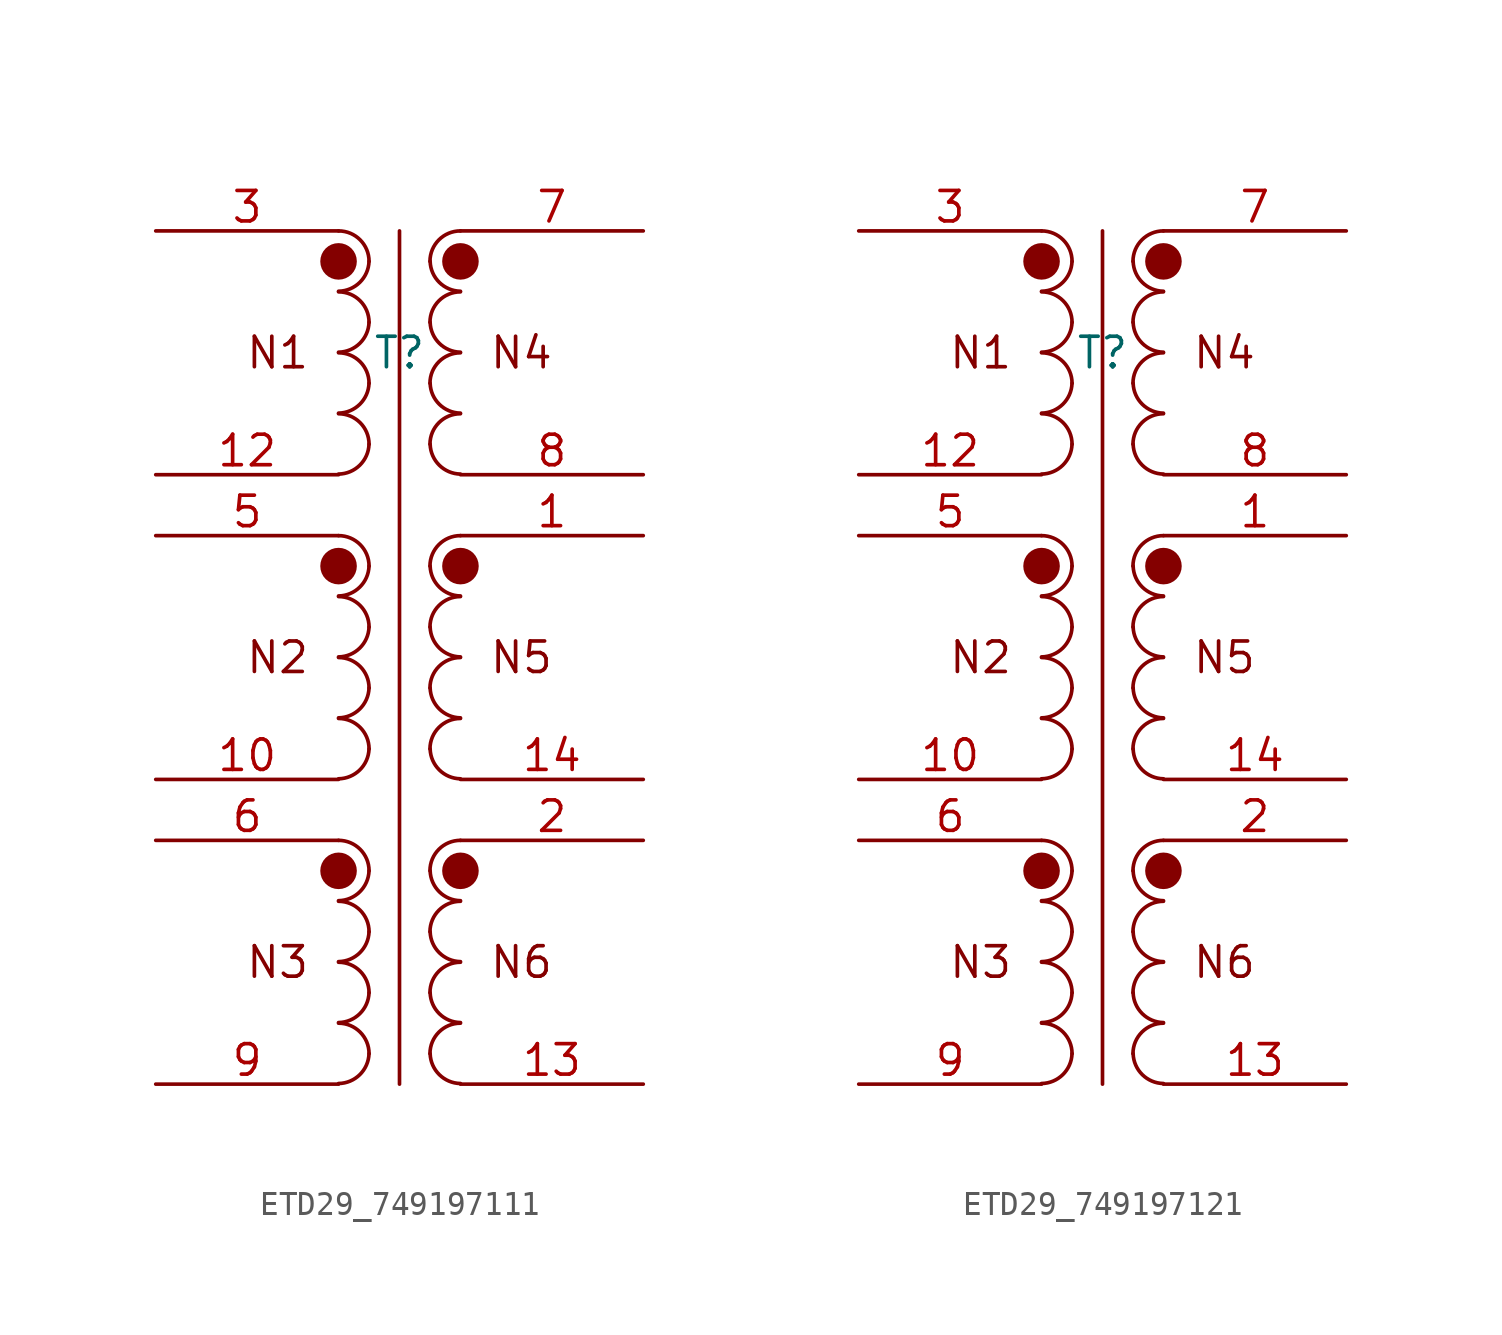
<source format=kicad_sym>
(kicad_symbol_lib
  (version 20220914)
  (generator kicad_symbol_editor)
  (symbol "ETD29_749197111"
    (pin_names hide)
    (property "Reference" "T"
      (at 0 12.7 0)
      (effects (font (size 1.27 1.27))))
    (property "Critical Parameter" ""
      (at 0 -5.08 0)
      (effects (font (size 1.27 1.27)) (justify left)))
    (symbol "ETD29_749197111_0_1"
      (arc (start -2.54 -17.7546) (mid -1.6561 -17.3863) (end -1.27 -16.51) (stroke (width 0) (type default)) (fill (type none)))
      (arc (start -2.54 -15.2146) (mid -1.6561 -14.8463) (end -1.27 -13.97) (stroke (width 0) (type default)) (fill (type none)))
      (arc (start -2.54 -12.6746) (mid -1.6561 -12.3063) (end -1.27 -11.43) (stroke (width 0) (type default)) (fill (type none)))
      (arc (start -2.54 -10.1346) (mid -1.6561 -9.7663) (end -1.27 -8.89) (stroke (width 0) (type default)) (fill (type none)))
      (arc (start -2.54 -5.0546) (mid -1.6561 -4.6863) (end -1.27 -3.81) (stroke (width 0) (type default)) (fill (type none)))
      (arc (start -2.54 -2.5146) (mid -1.6561 -2.1463) (end -1.27 -1.27) (stroke (width 0) (type default)) (fill (type none)))
      (arc (start -2.54 0.0254) (mid -1.6561 0.3937) (end -1.27 1.27) (stroke (width 0) (type default)) (fill (type none)))
      (arc (start -2.54 2.5654) (mid -1.6561 2.9337) (end -1.27 3.81) (stroke (width 0) (type default)) (fill (type none)))
      (arc (start -2.54 7.6454) (mid -1.6561 8.0137) (end -1.27 8.89) (stroke (width 0) (type default)) (fill (type none)))
      (arc (start -2.54 10.1854) (mid -1.6561 10.5537) (end -1.27 11.43) (stroke (width 0) (type default)) (fill (type none)))
      (arc (start -2.54 12.7254) (mid -1.6561 13.0937) (end -1.27 13.97) (stroke (width 0) (type default)) (fill (type none)))
      (arc (start -2.54 15.2654) (mid -1.6561 15.6337) (end -1.27 16.51) (stroke (width 0) (type default)) (fill (type none)))
      (arc (start -1.27 -16.51) (mid -1.642 -15.612) (end -2.54 -15.24) (stroke (width 0) (type default)) (fill (type none)))
      (arc (start -1.27 -13.97) (mid -1.642 -13.072) (end -2.54 -12.7) (stroke (width 0) (type default)) (fill (type none)))
      (arc (start -1.27 -11.43) (mid -1.642 -10.532) (end -2.54 -10.16) (stroke (width 0) (type default)) (fill (type none)))
      (arc (start -1.27 -8.89) (mid -1.642 -7.992) (end -2.54 -7.62) (stroke (width 0) (type default)) (fill (type none)))
      (arc (start -1.27 -3.81) (mid -1.642 -2.912) (end -2.54 -2.54) (stroke (width 0) (type default)) (fill (type none)))
      (arc (start -1.27 -1.27) (mid -1.642 -0.372) (end -2.54 0) (stroke (width 0) (type default)) (fill (type none)))
      (arc (start -1.27 1.27) (mid -1.642 2.168) (end -2.54 2.54) (stroke (width 0) (type default)) (fill (type none)))
      (arc (start -1.27 3.81) (mid -1.642 4.708) (end -2.54 5.08) (stroke (width 0) (type default)) (fill (type none)))
      (arc (start -1.27 8.89) (mid -1.642 9.788) (end -2.54 10.16) (stroke (width 0) (type default)) (fill (type none)))
      (arc (start -1.27 11.43) (mid -1.642 12.328) (end -2.54 12.7) (stroke (width 0) (type default)) (fill (type none)))
      (arc (start -1.27 13.97) (mid -1.642 14.868) (end -2.54 15.24) (stroke (width 0) (type default)) (fill (type none)))
      (arc (start -1.27 16.51) (mid -1.642 17.408) (end -2.54 17.78) (stroke (width 0) (type default)) (fill (type none)))
      (polyline (pts (xy 0 -17.78) (xy 0 17.78)) (stroke (width 0) (type default)) (fill (type none)))
      (arc (start 1.27 -16.51) (mid 1.6561 -17.3863) (end 2.54 -17.7546) (stroke (width 0) (type default)) (fill (type none)))
      (arc (start 1.27 -13.97) (mid 1.6561 -14.8463) (end 2.54 -15.2146) (stroke (width 0) (type default)) (fill (type none)))
      (arc (start 1.27 -11.43) (mid 1.6561 -12.3063) (end 2.54 -12.6746) (stroke (width 0) (type default)) (fill (type none)))
      (arc (start 1.27 -8.89) (mid 1.6561 -9.7663) (end 2.54 -10.1346) (stroke (width 0) (type default)) (fill (type none)))
      (arc (start 1.27 -3.81) (mid 1.6561 -4.6863) (end 2.54 -5.0546) (stroke (width 0) (type default)) (fill (type none)))
      (arc (start 1.27 -1.27) (mid 1.6561 -2.1463) (end 2.54 -2.5146) (stroke (width 0) (type default)) (fill (type none)))
      (arc (start 1.27 1.27) (mid 1.6561 0.3937) (end 2.54 0.0254) (stroke (width 0) (type default)) (fill (type none)))
      (arc (start 1.27 3.81) (mid 1.6561 2.9337) (end 2.54 2.5654) (stroke (width 0) (type default)) (fill (type none)))
      (arc (start 1.27 8.89) (mid 1.6561 8.0137) (end 2.54 7.6454) (stroke (width 0) (type default)) (fill (type none)))
      (arc (start 1.27 11.43) (mid 1.6561 10.5537) (end 2.54 10.1854) (stroke (width 0) (type default)) (fill (type none)))
      (arc (start 1.27 13.97) (mid 1.6561 13.0937) (end 2.54 12.7254) (stroke (width 0) (type default)) (fill (type none)))
      (arc (start 1.27 16.51) (mid 1.6561 15.6337) (end 2.54 15.2654) (stroke (width 0) (type default)) (fill (type none)))
      (arc (start 2.54 -15.24) (mid 1.642 -15.612) (end 1.27 -16.51) (stroke (width 0) (type default)) (fill (type none)))
      (arc (start 2.54 -12.7) (mid 1.642 -13.072) (end 1.27 -13.97) (stroke (width 0) (type default)) (fill (type none)))
      (arc (start 2.54 -10.16) (mid 1.642 -10.532) (end 1.27 -11.43) (stroke (width 0) (type default)) (fill (type none)))
      (arc (start 2.54 -7.62) (mid 1.642 -7.992) (end 1.27 -8.89) (stroke (width 0) (type default)) (fill (type none)))
      (arc (start 2.54 -2.54) (mid 1.642 -2.912) (end 1.27 -3.81) (stroke (width 0) (type default)) (fill (type none)))
      (arc (start 2.54 0) (mid 1.642 -0.372) (end 1.27 -1.27) (stroke (width 0) (type default)) (fill (type none)))
      (arc (start 2.54 2.54) (mid 1.642 2.168) (end 1.27 1.27) (stroke (width 0) (type default)) (fill (type none)))
      (arc (start 2.54 5.08) (mid 1.642 4.708) (end 1.27 3.81) (stroke (width 0) (type default)) (fill (type none)))
      (arc (start 2.54 10.16) (mid 1.642 9.788) (end 1.27 8.89) (stroke (width 0) (type default)) (fill (type none)))
      (arc (start 2.54 12.7) (mid 1.642 12.328) (end 1.27 11.43) (stroke (width 0) (type default)) (fill (type none)))
      (arc (start 2.54 15.24) (mid 1.642 14.868) (end 1.27 13.97) (stroke (width 0) (type default)) (fill (type none)))
      (arc (start 2.54 17.78) (mid 1.642 17.408) (end 1.27 16.51) (stroke (width 0) (type default)) (fill (type none))))
    (symbol "ETD29_749197111_1_1"
      (circle (center -2.54 -8.89) (radius 0.0001) (stroke (width 0.762) (type default)) (fill (type none)))
      (circle (center -2.54 3.81) (radius 0.0001) (stroke (width 0.762) (type default)) (fill (type none)))
      (circle (center -2.54 16.51) (radius 0.0001) (stroke (width 0.762) (type default)) (fill (type none)))
      (circle (center 2.54 -8.89) (radius 0.0001) (stroke (width 0.762) (type default)) (fill (type none)))
      (circle (center 2.54 3.81) (radius 0.0001) (stroke (width 0.762) (type default)) (fill (type none)))
      (circle (center 2.54 16.51) (radius 0.0001) (stroke (width 0.762) (type default)) (fill (type none)))
      (text "N1" (at -5.08 12.7 0) (effects (font (size 1.27 1.27))))
      (text "N2" (at -5.08 0 0) (effects (font (size 1.27 1.27))))
      (text "N3" (at -5.08 -12.7 0) (effects (font (size 1.27 1.27))))
      (text "N4" (at 5.08 12.7 0) (effects (font (size 1.27 1.27))))
      (text "N5" (at 5.08 0 0) (effects (font (size 1.27 1.27))))
      (text "N6" (at 5.08 -12.7 0) (effects (font (size 1.27 1.27))))
      (pin passive line (at -10.16 17.78 0) (length 7.62) (name "3" (effects (font (size 1.27 1.27)))) (number "3" (effects (font (size 1.27 1.27)))))
      (pin passive line (at -10.16 7.62 0) (length 7.62) (name "12" (effects (font (size 1.27 1.27)))) (number "12" (effects (font (size 1.27 1.27)))))
      (pin passive line (at -10.16 5.08 0) (length 7.62) (name "5" (effects (font (size 1.27 1.27)))) (number "5" (effects (font (size 1.27 1.27)))))
      (pin passive line (at -10.16 -5.08 0) (length 7.62) (name "10" (effects (font (size 1.27 1.27)))) (number "10" (effects (font (size 1.27 1.27)))))
      (pin passive line (at -10.16 -7.62 0) (length 7.62) (name "6" (effects (font (size 1.27 1.27)))) (number "6" (effects (font (size 1.27 1.27)))))
      (pin passive line (at -10.16 -17.78 0) (length 7.62) (name "9" (effects (font (size 1.27 1.27)))) (number "9" (effects (font (size 1.27 1.27)))))
      (pin passive line (at 10.16 -17.78 180) (length 7.62) (name "13" (effects (font (size 1.27 1.27)))) (number "13" (effects (font (size 1.27 1.27)))))
      (pin passive line (at 10.16 -7.62 180) (length 7.62) (name "2" (effects (font (size 1.27 1.27)))) (number "2" (effects (font (size 1.27 1.27)))))
      (pin passive line (at 10.16 -5.08 180) (length 7.62) (name "14" (effects (font (size 1.27 1.27)))) (number "14" (effects (font (size 1.27 1.27)))))
      (pin passive line (at 10.16 5.08 180) (length 7.62) (name "1" (effects (font (size 1.27 1.27)))) (number "1" (effects (font (size 1.27 1.27)))))
      (pin passive line (at 10.16 7.62 180) (length 7.62) (name "8" (effects (font (size 1.27 1.27)))) (number "8" (effects (font (size 1.27 1.27)))))
      (pin passive line (at 10.16 17.78 180) (length 7.62) (name "7" (effects (font (size 1.27 1.27)))) (number "7" (effects (font (size 1.27 1.27)))))))
  (symbol "ETD29_749197121"
    (pin_names hide)
    (property "Reference" "T"
      (at 0 12.7 0)
      (effects (font (size 1.27 1.27))))
    (property "Critical Parameter" ""
      (at 0 -5.08 0)
      (effects (font (size 1.27 1.27)) (justify left)))
    (symbol "ETD29_749197121_0_1"
      (arc (start -2.54 -17.7546) (mid -1.6561 -17.3863) (end -1.27 -16.51) (stroke (width 0) (type default)) (fill (type none)))
      (arc (start -2.54 -15.2146) (mid -1.6561 -14.8463) (end -1.27 -13.97) (stroke (width 0) (type default)) (fill (type none)))
      (arc (start -2.54 -12.6746) (mid -1.6561 -12.3063) (end -1.27 -11.43) (stroke (width 0) (type default)) (fill (type none)))
      (arc (start -2.54 -10.1346) (mid -1.6561 -9.7663) (end -1.27 -8.89) (stroke (width 0) (type default)) (fill (type none)))
      (arc (start -2.54 -5.0546) (mid -1.6561 -4.6863) (end -1.27 -3.81) (stroke (width 0) (type default)) (fill (type none)))
      (arc (start -2.54 -2.5146) (mid -1.6561 -2.1463) (end -1.27 -1.27) (stroke (width 0) (type default)) (fill (type none)))
      (arc (start -2.54 0.0254) (mid -1.6561 0.3937) (end -1.27 1.27) (stroke (width 0) (type default)) (fill (type none)))
      (arc (start -2.54 2.5654) (mid -1.6561 2.9337) (end -1.27 3.81) (stroke (width 0) (type default)) (fill (type none)))
      (arc (start -2.54 7.6454) (mid -1.6561 8.0137) (end -1.27 8.89) (stroke (width 0) (type default)) (fill (type none)))
      (arc (start -2.54 10.1854) (mid -1.6561 10.5537) (end -1.27 11.43) (stroke (width 0) (type default)) (fill (type none)))
      (arc (start -2.54 12.7254) (mid -1.6561 13.0937) (end -1.27 13.97) (stroke (width 0) (type default)) (fill (type none)))
      (arc (start -2.54 15.2654) (mid -1.6561 15.6337) (end -1.27 16.51) (stroke (width 0) (type default)) (fill (type none)))
      (arc (start -1.27 -16.51) (mid -1.642 -15.612) (end -2.54 -15.24) (stroke (width 0) (type default)) (fill (type none)))
      (arc (start -1.27 -13.97) (mid -1.642 -13.072) (end -2.54 -12.7) (stroke (width 0) (type default)) (fill (type none)))
      (arc (start -1.27 -11.43) (mid -1.642 -10.532) (end -2.54 -10.16) (stroke (width 0) (type default)) (fill (type none)))
      (arc (start -1.27 -8.89) (mid -1.642 -7.992) (end -2.54 -7.62) (stroke (width 0) (type default)) (fill (type none)))
      (arc (start -1.27 -3.81) (mid -1.642 -2.912) (end -2.54 -2.54) (stroke (width 0) (type default)) (fill (type none)))
      (arc (start -1.27 -1.27) (mid -1.642 -0.372) (end -2.54 0) (stroke (width 0) (type default)) (fill (type none)))
      (arc (start -1.27 1.27) (mid -1.642 2.168) (end -2.54 2.54) (stroke (width 0) (type default)) (fill (type none)))
      (arc (start -1.27 3.81) (mid -1.642 4.708) (end -2.54 5.08) (stroke (width 0) (type default)) (fill (type none)))
      (arc (start -1.27 8.89) (mid -1.642 9.788) (end -2.54 10.16) (stroke (width 0) (type default)) (fill (type none)))
      (arc (start -1.27 11.43) (mid -1.642 12.328) (end -2.54 12.7) (stroke (width 0) (type default)) (fill (type none)))
      (arc (start -1.27 13.97) (mid -1.642 14.868) (end -2.54 15.24) (stroke (width 0) (type default)) (fill (type none)))
      (arc (start -1.27 16.51) (mid -1.642 17.408) (end -2.54 17.78) (stroke (width 0) (type default)) (fill (type none)))
      (polyline (pts (xy 0 -17.78) (xy 0 17.78)) (stroke (width 0) (type default)) (fill (type none)))
      (arc (start 1.27 -16.51) (mid 1.6561 -17.3863) (end 2.54 -17.7546) (stroke (width 0) (type default)) (fill (type none)))
      (arc (start 1.27 -13.97) (mid 1.6561 -14.8463) (end 2.54 -15.2146) (stroke (width 0) (type default)) (fill (type none)))
      (arc (start 1.27 -11.43) (mid 1.6561 -12.3063) (end 2.54 -12.6746) (stroke (width 0) (type default)) (fill (type none)))
      (arc (start 1.27 -8.89) (mid 1.6561 -9.7663) (end 2.54 -10.1346) (stroke (width 0) (type default)) (fill (type none)))
      (arc (start 1.27 -3.81) (mid 1.6561 -4.6863) (end 2.54 -5.0546) (stroke (width 0) (type default)) (fill (type none)))
      (arc (start 1.27 -1.27) (mid 1.6561 -2.1463) (end 2.54 -2.5146) (stroke (width 0) (type default)) (fill (type none)))
      (arc (start 1.27 1.27) (mid 1.6561 0.3937) (end 2.54 0.0254) (stroke (width 0) (type default)) (fill (type none)))
      (arc (start 1.27 3.81) (mid 1.6561 2.9337) (end 2.54 2.5654) (stroke (width 0) (type default)) (fill (type none)))
      (arc (start 1.27 8.89) (mid 1.6561 8.0137) (end 2.54 7.6454) (stroke (width 0) (type default)) (fill (type none)))
      (arc (start 1.27 11.43) (mid 1.6561 10.5537) (end 2.54 10.1854) (stroke (width 0) (type default)) (fill (type none)))
      (arc (start 1.27 13.97) (mid 1.6561 13.0937) (end 2.54 12.7254) (stroke (width 0) (type default)) (fill (type none)))
      (arc (start 1.27 16.51) (mid 1.6561 15.6337) (end 2.54 15.2654) (stroke (width 0) (type default)) (fill (type none)))
      (arc (start 2.54 -15.24) (mid 1.642 -15.612) (end 1.27 -16.51) (stroke (width 0) (type default)) (fill (type none)))
      (arc (start 2.54 -12.7) (mid 1.642 -13.072) (end 1.27 -13.97) (stroke (width 0) (type default)) (fill (type none)))
      (arc (start 2.54 -10.16) (mid 1.642 -10.532) (end 1.27 -11.43) (stroke (width 0) (type default)) (fill (type none)))
      (arc (start 2.54 -7.62) (mid 1.642 -7.992) (end 1.27 -8.89) (stroke (width 0) (type default)) (fill (type none)))
      (arc (start 2.54 -2.54) (mid 1.642 -2.912) (end 1.27 -3.81) (stroke (width 0) (type default)) (fill (type none)))
      (arc (start 2.54 0) (mid 1.642 -0.372) (end 1.27 -1.27) (stroke (width 0) (type default)) (fill (type none)))
      (arc (start 2.54 2.54) (mid 1.642 2.168) (end 1.27 1.27) (stroke (width 0) (type default)) (fill (type none)))
      (arc (start 2.54 5.08) (mid 1.642 4.708) (end 1.27 3.81) (stroke (width 0) (type default)) (fill (type none)))
      (arc (start 2.54 10.16) (mid 1.642 9.788) (end 1.27 8.89) (stroke (width 0) (type default)) (fill (type none)))
      (arc (start 2.54 12.7) (mid 1.642 12.328) (end 1.27 11.43) (stroke (width 0) (type default)) (fill (type none)))
      (arc (start 2.54 15.24) (mid 1.642 14.868) (end 1.27 13.97) (stroke (width 0) (type default)) (fill (type none)))
      (arc (start 2.54 17.78) (mid 1.642 17.408) (end 1.27 16.51) (stroke (width 0) (type default)) (fill (type none))))
    (symbol "ETD29_749197121_1_1"
      (circle (center -2.54 -8.89) (radius 0.0001) (stroke (width 0.762) (type default)) (fill (type none)))
      (circle (center -2.54 3.81) (radius 0.0001) (stroke (width 0.762) (type default)) (fill (type none)))
      (circle (center -2.54 16.51) (radius 0.0001) (stroke (width 0.762) (type default)) (fill (type none)))
      (circle (center 2.54 -8.89) (radius 0.0001) (stroke (width 0.762) (type default)) (fill (type none)))
      (circle (center 2.54 3.81) (radius 0.0001) (stroke (width 0.762) (type default)) (fill (type none)))
      (circle (center 2.54 16.51) (radius 0.0001) (stroke (width 0.762) (type default)) (fill (type none)))
      (text "N1" (at -5.08 12.7 0) (effects (font (size 1.27 1.27))))
      (text "N2" (at -5.08 0 0) (effects (font (size 1.27 1.27))))
      (text "N3" (at -5.08 -12.7 0) (effects (font (size 1.27 1.27))))
      (text "N4" (at 5.08 12.7 0) (effects (font (size 1.27 1.27))))
      (text "N5" (at 5.08 0 0) (effects (font (size 1.27 1.27))))
      (text "N6" (at 5.08 -12.7 0) (effects (font (size 1.27 1.27))))
      (pin passive line (at -10.16 17.78 0) (length 7.62) (name "3" (effects (font (size 1.27 1.27)))) (number "3" (effects (font (size 1.27 1.27)))))
      (pin passive line (at -10.16 7.62 0) (length 7.62) (name "12" (effects (font (size 1.27 1.27)))) (number "12" (effects (font (size 1.27 1.27)))))
      (pin passive line (at -10.16 5.08 0) (length 7.62) (name "5" (effects (font (size 1.27 1.27)))) (number "5" (effects (font (size 1.27 1.27)))))
      (pin passive line (at -10.16 -5.08 0) (length 7.62) (name "10" (effects (font (size 1.27 1.27)))) (number "10" (effects (font (size 1.27 1.27)))))
      (pin passive line (at -10.16 -7.62 0) (length 7.62) (name "6" (effects (font (size 1.27 1.27)))) (number "6" (effects (font (size 1.27 1.27)))))
      (pin passive line (at -10.16 -17.78 0) (length 7.62) (name "9" (effects (font (size 1.27 1.27)))) (number "9" (effects (font (size 1.27 1.27)))))
      (pin passive line (at 10.16 -17.78 180) (length 7.62) (name "13" (effects (font (size 1.27 1.27)))) (number "13" (effects (font (size 1.27 1.27)))))
      (pin passive line (at 10.16 -7.62 180) (length 7.62) (name "2" (effects (font (size 1.27 1.27)))) (number "2" (effects (font (size 1.27 1.27)))))
      (pin passive line (at 10.16 -5.08 180) (length 7.62) (name "14" (effects (font (size 1.27 1.27)))) (number "14" (effects (font (size 1.27 1.27)))))
      (pin passive line (at 10.16 5.08 180) (length 7.62) (name "1" (effects (font (size 1.27 1.27)))) (number "1" (effects (font (size 1.27 1.27)))))
      (pin passive line (at 10.16 7.62 180) (length 7.62) (name "8" (effects (font (size 1.27 1.27)))) (number "8" (effects (font (size 1.27 1.27)))))
      (pin passive line (at 10.16 17.78 180) (length 7.62) (name "7" (effects (font (size 1.27 1.27)))) (number "7" (effects (font (size 1.27 1.27))))))))
</source>
